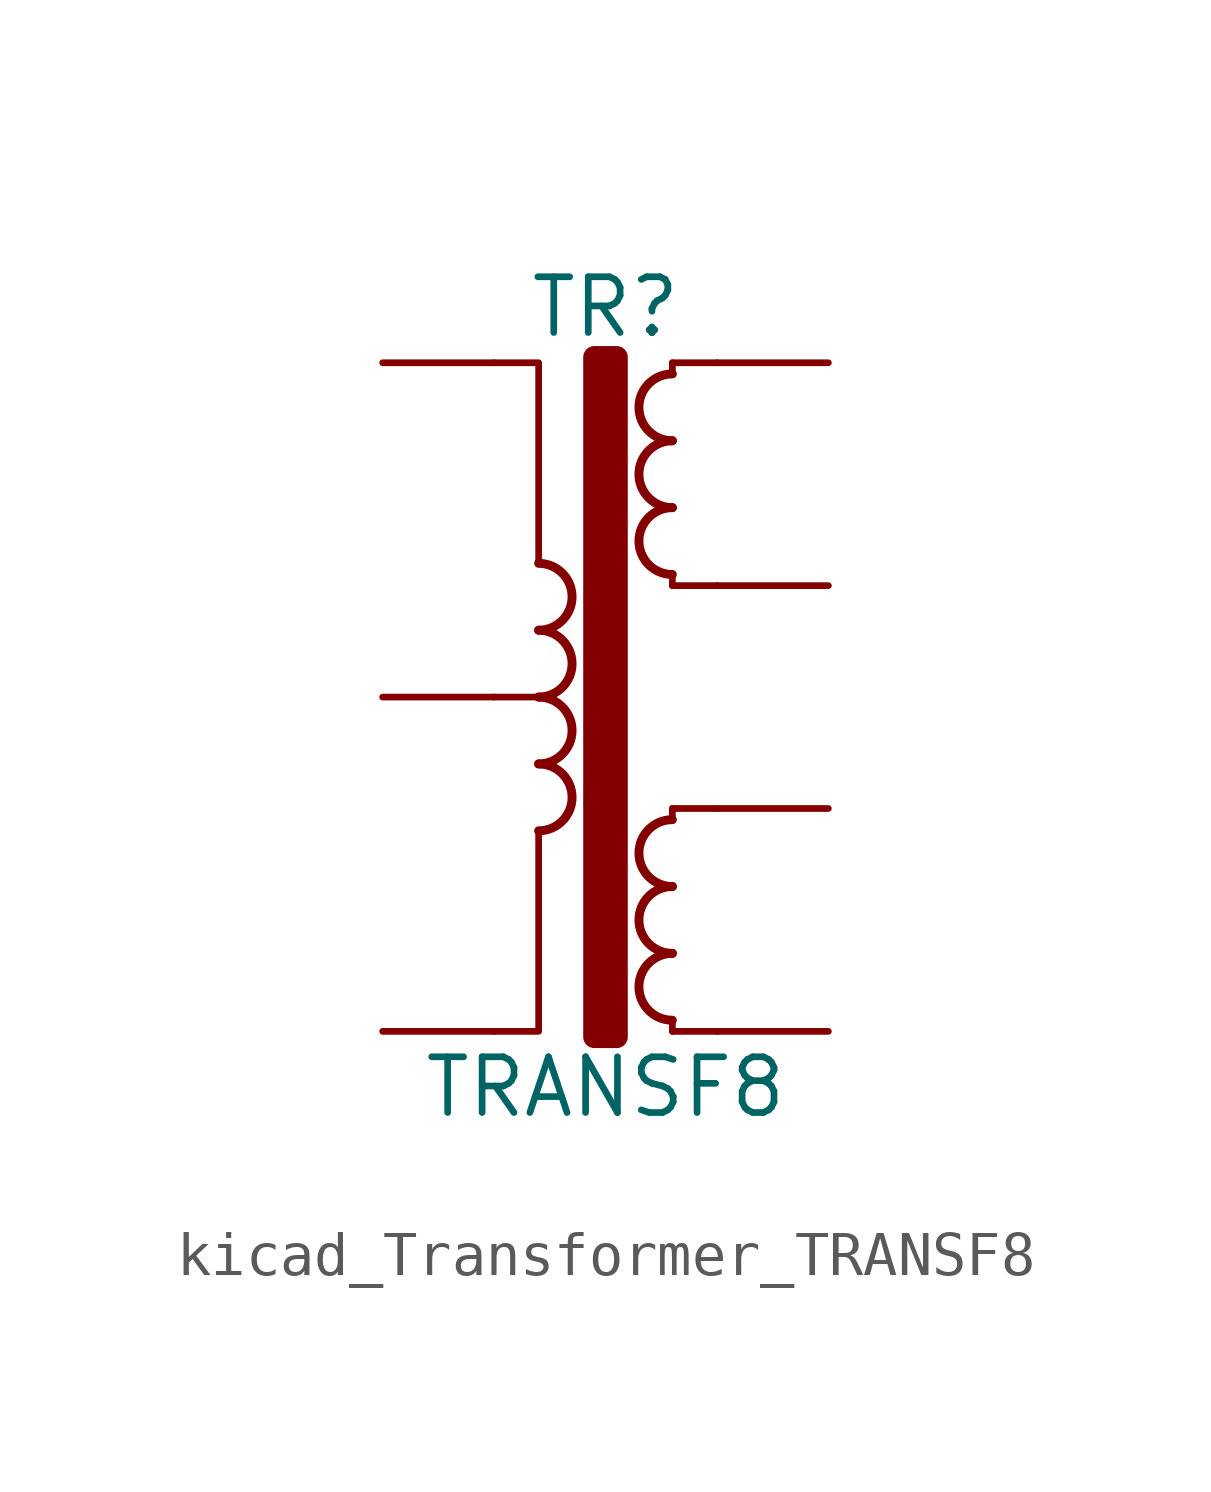
<source format=kicad_sym>
(kicad_symbol_lib
  (version 20220914)
  (generator kicad_symbol_editor)
  (symbol "kicad_Transformer_TRANSF8"
    (pin_numbers hide)
    (pin_names
      (offset 0))
    (property "Reference" "TR"
      (at 0 8.89 0)
      (effects (font (size 1.27 1.27))))
    (property "Value" "TRANSF8"
      (at 0 -8.89 0)
      (effects (font (size 1.27 1.27))))
    (symbol "kicad_Transformer_TRANSF8_0_1"
      (arc (start -1.524 -3.048) (mid -0.7653 -2.286) (end -1.524 -1.524) (stroke (width 0.2032) (type default)) (fill (type none)))
      (arc (start -1.524 -1.524) (mid -0.7653 -0.762) (end -1.524 0) (stroke (width 0.2032) (type default)) (fill (type none)))
      (arc (start -1.524 0) (mid -0.7653 0.762) (end -1.524 1.524) (stroke (width 0.2032) (type default)) (fill (type none)))
      (arc (start -1.524 1.524) (mid -0.7653 2.286) (end -1.524 3.048) (stroke (width 0.2032) (type default)) (fill (type none)))
      (rectangle (start -0.254 7.747) (end 0.254 -7.747) (stroke (width 0.508) (type default)) (fill (type outline)))
      (polyline (pts (xy -1.524 0) (xy -2.54 0) (xy -2.54 0)) (stroke (width 0) (type default)) (fill (type outline)))
      (polyline (pts (xy 1.524 -7.366) (xy 1.524 -7.62) (xy 1.524 -7.62)) (stroke (width 0) (type default)) (fill (type outline)))
      (polyline (pts (xy 1.524 -2.54) (xy 1.524 -2.794) (xy 1.524 -2.794)) (stroke (width 0) (type default)) (fill (type outline)))
      (polyline (pts (xy 1.524 -2.54) (xy 2.54 -2.54) (xy 2.54 -2.54)) (stroke (width 0) (type default)) (fill (type none)))
      (polyline (pts (xy 1.524 2.54) (xy 1.524 2.794) (xy 1.524 2.794)) (stroke (width 0) (type default)) (fill (type outline)))
      (polyline (pts (xy 1.524 2.54) (xy 2.54 2.54) (xy 2.54 2.54)) (stroke (width 0) (type default)) (fill (type none)))
      (polyline (pts (xy 1.524 7.62) (xy 1.524 7.366) (xy 1.524 7.366)) (stroke (width 0) (type default)) (fill (type outline)))
      (polyline (pts (xy 1.524 7.62) (xy 2.54 7.62) (xy 2.54 7.62)) (stroke (width 0) (type default)) (fill (type none)))
      (polyline (pts (xy 2.54 -7.62) (xy 1.524 -7.62) (xy 1.524 -7.62)) (stroke (width 0) (type default)) (fill (type none)))
      (polyline (pts (xy -2.54 -7.62) (xy -1.524 -7.62) (xy -1.524 -3.048) (xy -1.524 -3.048)) (stroke (width 0) (type default)) (fill (type none)))
      (polyline (pts (xy -2.54 7.62) (xy -1.524 7.62) (xy -1.524 3.048) (xy -1.524 3.048)) (stroke (width 0) (type default)) (fill (type none)))
      (arc (start 1.524 -5.842) (mid 0.7653 -6.604) (end 1.524 -7.366) (stroke (width 0.2032) (type default)) (fill (type none)))
      (arc (start 1.524 -4.318) (mid 0.7653 -5.08) (end 1.524 -5.842) (stroke (width 0.2032) (type default)) (fill (type none)))
      (arc (start 1.524 -2.794) (mid 0.7653 -3.556) (end 1.524 -4.318) (stroke (width 0.2032) (type default)) (fill (type none)))
      (arc (start 1.524 4.318) (mid 0.7653 3.556) (end 1.524 2.794) (stroke (width 0.2032) (type default)) (fill (type none)))
      (arc (start 1.524 5.842) (mid 0.7653 5.08) (end 1.524 4.318) (stroke (width 0.2032) (type default)) (fill (type none)))
      (arc (start 1.524 7.366) (mid 0.7653 6.604) (end 1.524 5.842) (stroke (width 0.2032) (type default)) (fill (type none))))
    (symbol "kicad_Transformer_TRANSF8_1_1"
      (pin passive line (at -5.08 7.62 0) (length 2.54) (name "~" (effects (font (size 1.27 1.27)))) (number "1" (effects (font (size 1.27 1.27)))))
      (pin passive line (at -5.08 0 0) (length 2.54) (name "~" (effects (font (size 1.27 1.27)))) (number "2" (effects (font (size 1.27 1.27)))))
      (pin passive line (at -5.08 -7.62 0) (length 2.54) (name "~" (effects (font (size 1.27 1.27)))) (number "3" (effects (font (size 1.27 1.27)))))
      (pin passive line (at 5.08 7.62 180) (length 2.54) (name "~" (effects (font (size 1.27 1.27)))) (number "4" (effects (font (size 1.27 1.27)))))
      (pin passive line (at 5.08 2.54 180) (length 2.54) (name "~" (effects (font (size 1.27 1.27)))) (number "5" (effects (font (size 1.27 1.27)))))
      (pin passive line (at 5.08 -2.54 180) (length 2.54) (name "~" (effects (font (size 1.27 1.27)))) (number "6" (effects (font (size 1.27 1.27)))))
      (pin passive line (at 5.08 -7.62 180) (length 2.54) (name "~" (effects (font (size 1.27 1.27)))) (number "7" (effects (font (size 1.27 1.27))))))))
</source>
